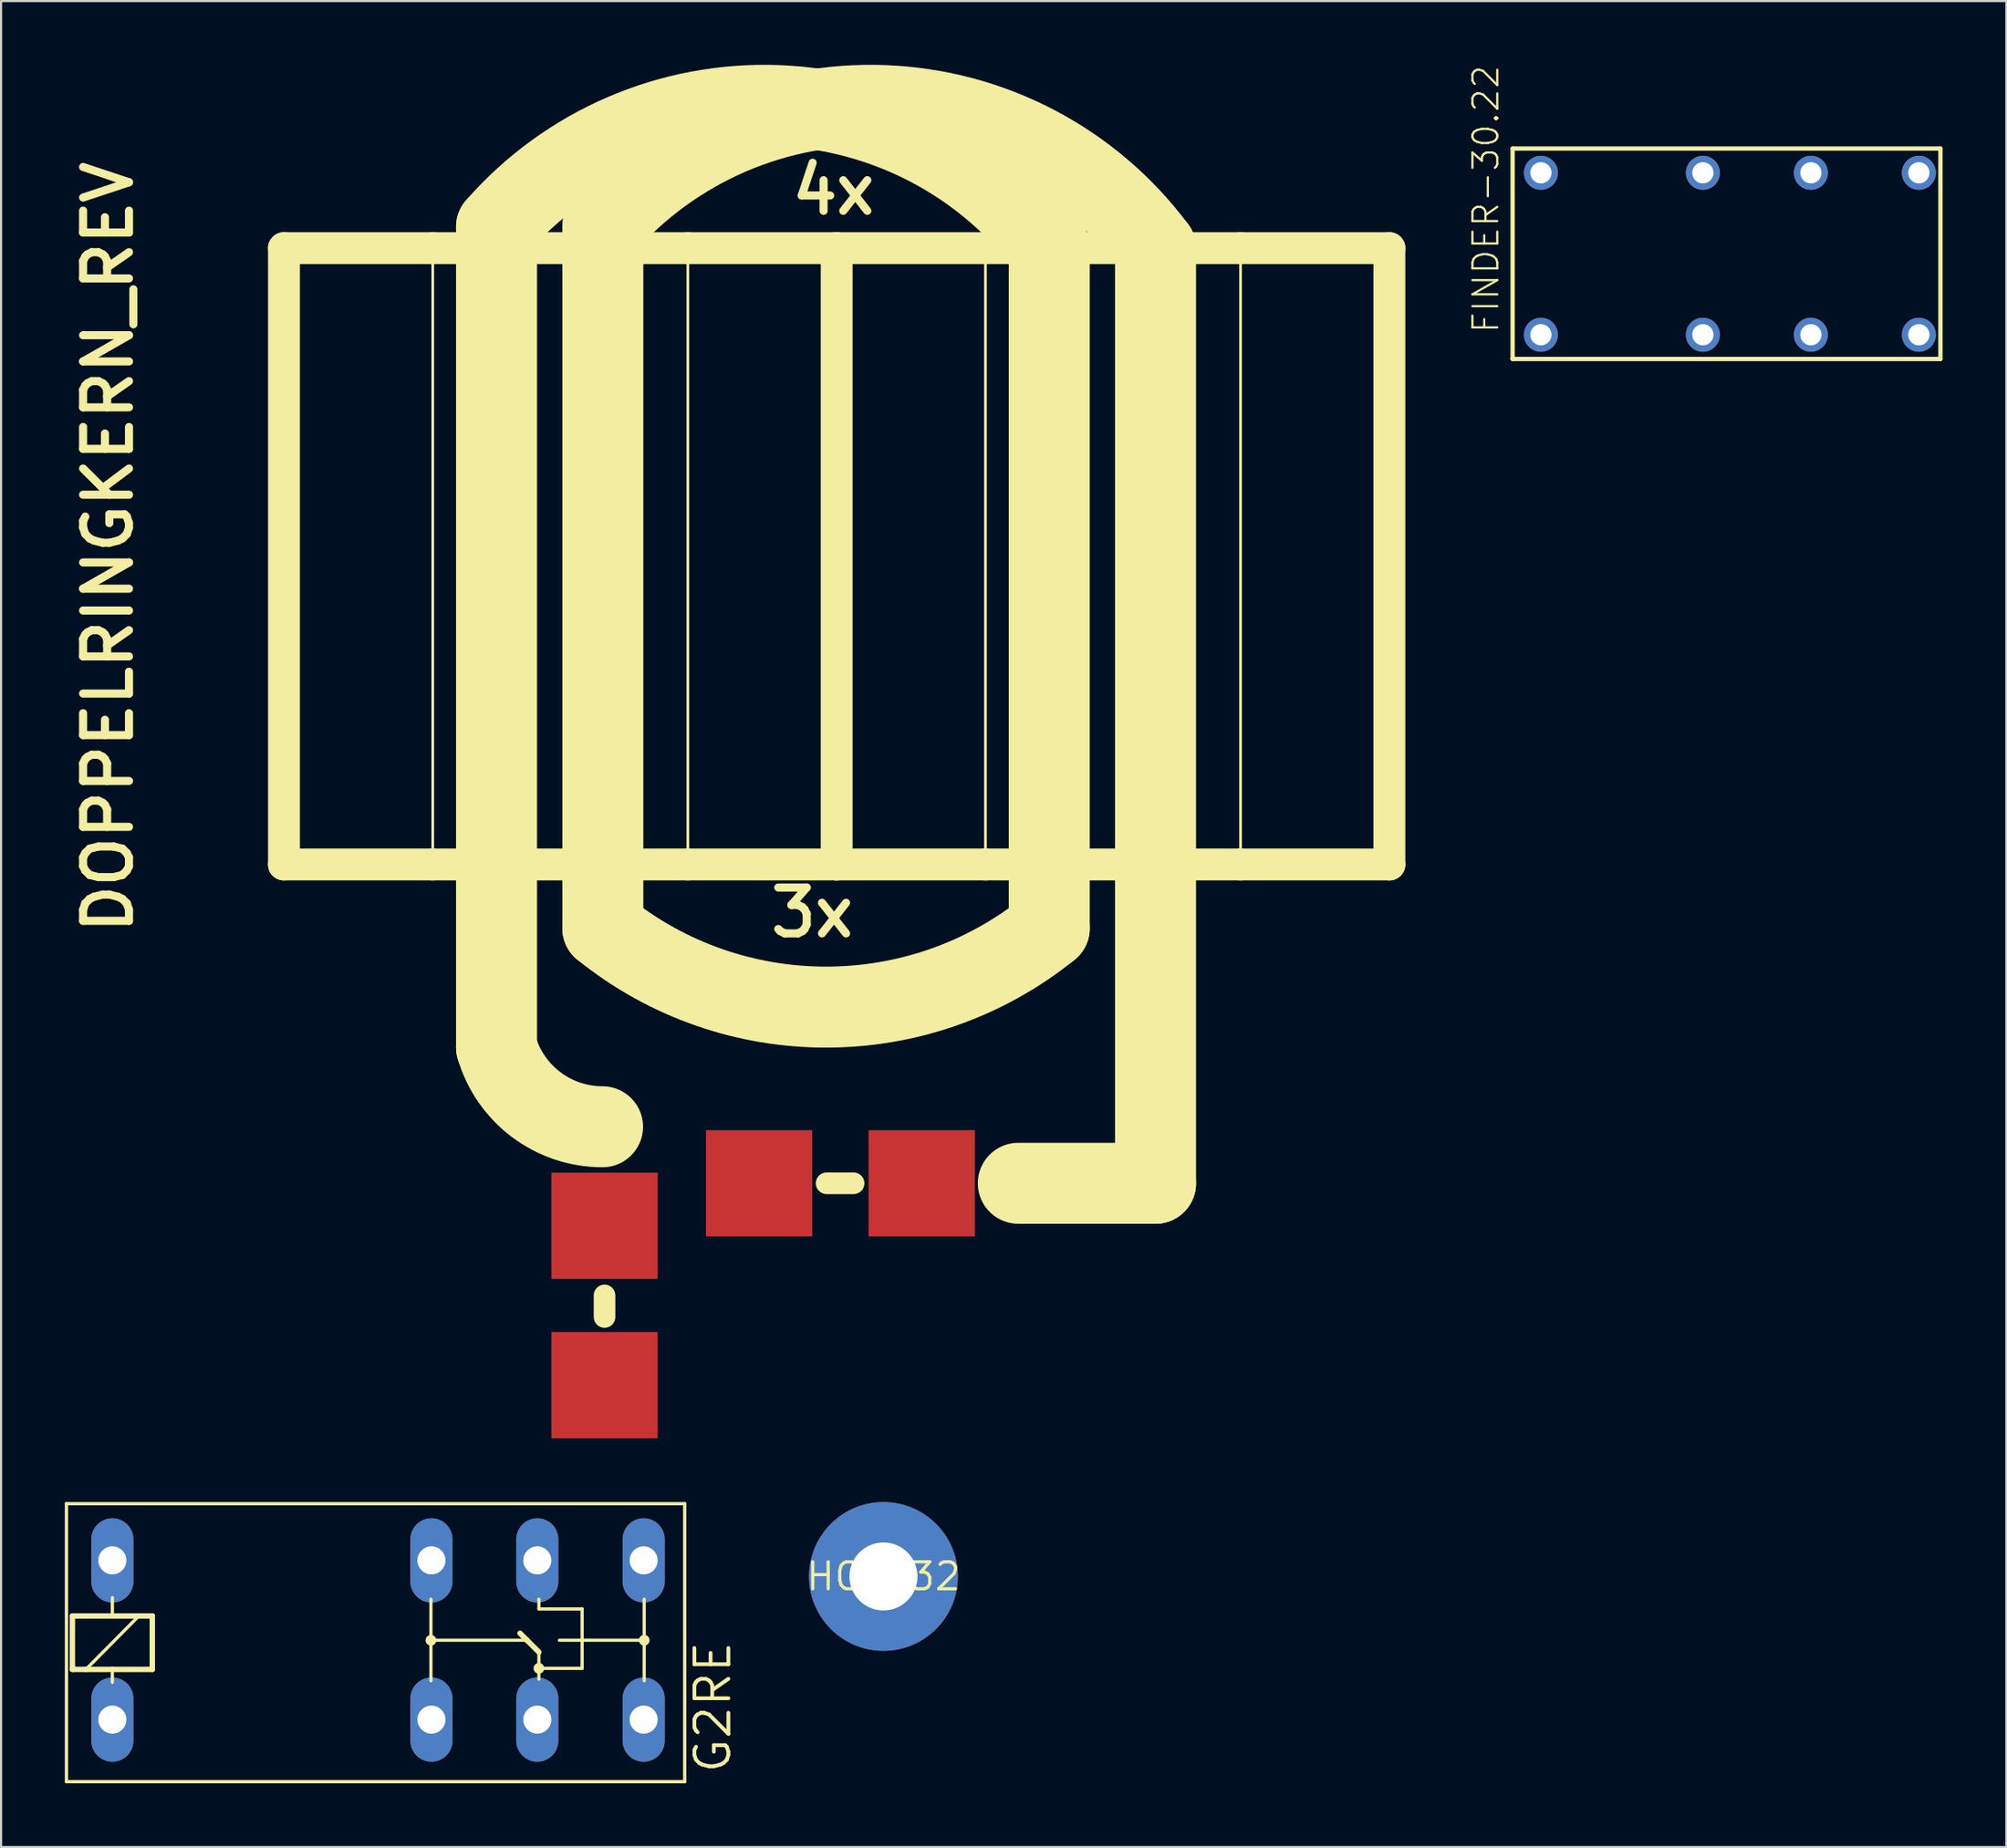
<source format=kicad_pcb>
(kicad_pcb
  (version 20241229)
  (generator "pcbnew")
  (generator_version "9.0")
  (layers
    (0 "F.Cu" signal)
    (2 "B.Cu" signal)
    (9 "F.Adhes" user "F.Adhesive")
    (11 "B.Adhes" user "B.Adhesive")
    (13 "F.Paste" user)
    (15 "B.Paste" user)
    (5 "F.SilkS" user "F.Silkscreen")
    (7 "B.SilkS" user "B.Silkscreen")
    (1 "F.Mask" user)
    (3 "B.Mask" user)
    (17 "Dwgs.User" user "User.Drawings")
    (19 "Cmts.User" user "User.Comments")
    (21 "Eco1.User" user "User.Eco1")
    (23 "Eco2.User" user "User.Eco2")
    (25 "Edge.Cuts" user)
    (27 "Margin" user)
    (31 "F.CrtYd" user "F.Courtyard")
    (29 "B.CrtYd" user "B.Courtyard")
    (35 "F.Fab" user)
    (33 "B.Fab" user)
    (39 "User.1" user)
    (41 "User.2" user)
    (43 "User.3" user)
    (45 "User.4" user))
  (footprint "FINDER-30.22"
    (layer "F.Cu")
    (at 78.326 8.891)
    (property "Reference" "FINDER-30.22" (at -10.795 3.81 90) (layer "F.SilkS") (effects (font (size 1.168 1.168) (thickness 0.102)) (justify left bottom)))
    (fp_line (start -10.22 -4.95) (end 9.905 -4.95) (stroke (width 0.203) (type solid)) (layer "F.SilkS"))
    (fp_line (start -10.22 4.95) (end -10.22 -4.95) (stroke (width 0.203) (type solid)) (layer "F.SilkS"))
    (fp_line (start 9.905 -4.95) (end 9.905 4.95) (stroke (width 0.203) (type solid)) (layer "F.SilkS"))
    (fp_line (start 9.905 4.95) (end -10.22 4.95) (stroke (width 0.203) (type solid)) (layer "F.SilkS"))
    (pad "11" thru_hole circle (at -1.27 3.81) (size 1.6 1.6) (drill 1) (layers "*.Cu" "*.Mask"))
    (pad "12" thru_hole circle (at 3.81 3.81) (size 1.6 1.6) (drill 1) (layers "*.Cu" "*.Mask"))
    (pad "14" thru_hole circle (at 8.89 3.81) (size 1.6 1.6) (drill 1) (layers "*.Cu" "*.Mask"))
    (pad "21" thru_hole circle (at -1.27 -3.81) (size 1.6 1.6) (drill 1) (layers "*.Cu" "*.Mask"))
    (pad "22" thru_hole circle (at 3.81 -3.81) (size 1.6 1.6) (drill 1) (layers "*.Cu" "*.Mask"))
    (pad "24" thru_hole circle (at 8.89 -3.81) (size 1.6 1.6) (drill 1) (layers "*.Cu" "*.Mask"))
    (pad "A1" thru_hole circle (at -8.89 3.81) (size 1.6 1.6) (drill 1) (layers "*.Cu" "*.Mask"))
    (pad "A2" thru_hole circle (at -8.89 -3.81) (size 1.6 1.6) (drill 1) (layers "*.Cu" "*.Mask")))
  (footprint "HOLE32"
    (layer "F.Cu")
    (at 38.509 71.127)
    (property "Reference" "HOLE32" (at 0 0 0) (layer "F.SilkS") (effects (font (size 1.27 1.27) (thickness 0.15))))
    (pad "P$1" thru_hole circle (at 0 0) (size 7 7) (drill 3.2) (layers "*.Cu" "*.Mask")))
  (footprint "DOPPELRINGKERN_REV"
    (layer "F.Cu")
    (at 35.814 19.451)
    (property "Reference" "DOPPELRINGKERN_REV" (at -32.512 21.59 90) (layer "F.SilkS") (effects (font (size 2.159 2.159) (thickness 0.381)) (justify left bottom)))
    (fp_line (start -25.506 -10.824) (end -18.506 -10.824) (stroke (width 1.5) (type solid)) (layer "F.SilkS"))
    (fp_line (start -25.506 18.176) (end -25.506 -10.824) (stroke (width 1.5) (type solid)) (layer "F.SilkS"))
    (fp_line (start -18.506 -10.824) (end -6.506 -10.824) (stroke (width 1.5) (type solid)) (layer "F.SilkS"))
    (fp_line (start -18.506 18.176) (end -25.506 18.176) (stroke (width 1.5) (type solid)) (layer "F.SilkS"))
    (fp_line (start -18.506 18.176) (end -18.506 -10.824) (stroke (width 0.127) (type solid)) (layer "F.SilkS"))
    (fp_line (start -15.506 26.776) (end -15.506 -11.824) (stroke (width 3.81) (type solid)) (layer "F.SilkS"))
    (fp_line (start -10.506 21.176) (end -10.506 -11.824) (stroke (width 3.81) (type solid)) (layer "F.SilkS"))
    (fp_line (start -10.426 39.468) (end -10.426 38.452) (stroke (width 1.016) (type solid)) (layer "F.SilkS"))
    (fp_line (start -6.506 -10.824) (end 0.494 -10.824) (stroke (width 1.5) (type solid)) (layer "F.SilkS"))
    (fp_line (start -6.506 18.176) (end -18.506 18.176) (stroke (width 1.5) (type solid)) (layer "F.SilkS"))
    (fp_line (start -6.506 18.176) (end -6.506 -10.824) (stroke (width 0.127) (type solid)) (layer "F.SilkS"))
    (fp_line (start 0.494 -10.824) (end 7.494 -10.824) (stroke (width 1.5) (type solid)) (layer "F.SilkS"))
    (fp_line (start 0.494 18.176) (end -6.506 18.176) (stroke (width 1.5) (type solid)) (layer "F.SilkS"))
    (fp_line (start 0.494 18.176) (end 0.494 -10.824) (stroke (width 1.5) (type solid)) (layer "F.SilkS"))
    (fp_line (start 1.291 33.176) (end 0.021 33.176) (stroke (width 1.016) (type solid)) (layer "F.SilkS"))
    (fp_line (start 7.494 -10.824) (end 10.494 -10.824) (stroke (width 1.5) (type solid)) (layer "F.SilkS"))
    (fp_line (start 7.494 18.176) (end 0.494 18.176) (stroke (width 1.5) (type solid)) (layer "F.SilkS"))
    (fp_line (start 7.494 18.176) (end 7.494 -10.824) (stroke (width 0.127) (type solid)) (layer "F.SilkS"))
    (fp_line (start 10.494 -10.824) (end 10.494 21.176) (stroke (width 3.81) (type solid)) (layer "F.SilkS"))
    (fp_line (start 10.494 -10.824) (end 15.494 -10.824) (stroke (width 1.5) (type solid)) (layer "F.SilkS"))
    (fp_line (start 15.494 -10.824) (end 15.494 33.176) (stroke (width 3.81) (type solid)) (layer "F.SilkS"))
    (fp_line (start 15.494 -10.824) (end 19.494 -10.824) (stroke (width 1.5) (type solid)) (layer "F.SilkS"))
    (fp_line (start 15.494 33.176) (end 9.038 33.176) (stroke (width 3.81) (type solid)) (layer "F.SilkS"))
    (fp_line (start 19.494 -10.824) (end 26.494 -10.824) (stroke (width 1.5) (type solid)) (layer "F.SilkS"))
    (fp_line (start 19.494 18.176) (end 7.494 18.176) (stroke (width 1.5) (type solid)) (layer "F.SilkS"))
    (fp_line (start 19.494 18.176) (end 19.494 -10.824) (stroke (width 0.127) (type solid)) (layer "F.SilkS"))
    (fp_line (start 26.494 -10.824) (end 26.494 18.176) (stroke (width 1.5) (type solid)) (layer "F.SilkS"))
    (fp_line (start 26.494 18.176) (end 19.494 18.176) (stroke (width 1.5) (type solid)) (layer "F.SilkS"))
    (fp_arc (start -15.506 -11.824) (mid -2.267181 -17.533275) (end 10.493999 -10.824) (stroke (width 3.81) (type solid)) (layer "F.SilkS"))
    (fp_arc (start -10.52 30.51712) (mid -13.636736 29.477848) (end -15.506 26.776) (stroke (width 3.81) (type solid)) (layer "F.SilkS"))
    (fp_arc (start -10.506 -11.824) (mid 2.732819 -17.533275) (end 15.493999 -10.824) (stroke (width 3.81) (type solid)) (layer "F.SilkS"))
    (fp_arc (start 10.494 21.176) (mid -0.006001 24.886775) (end -10.506001 21.175999) (stroke (width 3.81) (type solid)) (layer "F.SilkS"))
    (fp_text user "4x" (at 2.494 -14.824 0) (layer "F.SilkS") (effects (font (size 2.159 2.159) (thickness 0.381)) (justify right top)))
    (fp_text user "3x" (at 1.494 19.176 0) (layer "F.SilkS") (effects (font (size 2.159 2.159) (thickness 0.381)) (justify right top)))
    (pad "P1" smd rect (at -10.426 42.676 180) (size 5 5) (layers "F.Cu" "F.Mask" "F.Paste"))
    (pad "P2" smd rect (at -3.154 33.176 180) (size 5 5) (layers "F.Cu" "F.Mask" "F.Paste"))
    (pad "S1" smd rect (at -10.426 35.176 180) (size 5 5) (layers "F.Cu" "F.Mask" "F.Paste"))
    (pad "S2" smd rect (at 4.494 33.176 180) (size 5 5) (layers "F.Cu" "F.Mask" "F.Paste")))
  (footprint "G2RE"
    (layer "F.Cu")
    (at 4.775 74.18)
    (property "Reference" "G2RE" (at 26.645 6.299 90) (layer "F.SilkS") (effects (font (size 1.6 1.6) (thickness 0.178)) (justify left bottom)))
    (fp_line (start -4.699 6.604) (end -4.699 -6.477) (stroke (width 0.152) (type solid)) (layer "F.SilkS"))
    (fp_line (start -4.699 6.604) (end 24.384 6.604) (stroke (width 0.152) (type solid)) (layer "F.SilkS"))
    (fp_line (start -4.42 -1.194) (end -2.54 -1.194) (stroke (width 0.254) (type solid)) (layer "F.SilkS"))
    (fp_line (start -4.42 1.321) (end -4.42 -1.194) (stroke (width 0.254) (type solid)) (layer "F.SilkS"))
    (fp_line (start -3.785 1.321) (end -4.42 1.321) (stroke (width 0.254) (type solid)) (layer "F.SilkS"))
    (fp_line (start -2.54 -2.057) (end -2.54 -1.194) (stroke (width 0.152) (type solid)) (layer "F.SilkS"))
    (fp_line (start -2.54 -1.194) (end -1.295 -1.194) (stroke (width 0.254) (type solid)) (layer "F.SilkS"))
    (fp_line (start -2.54 1.321) (end -3.785 1.321) (stroke (width 0.254) (type solid)) (layer "F.SilkS"))
    (fp_line (start -2.54 1.321) (end -2.54 1.93) (stroke (width 0.152) (type solid)) (layer "F.SilkS"))
    (fp_line (start -1.295 -1.194) (end -3.785 1.321) (stroke (width 0.152) (type solid)) (layer "F.SilkS"))
    (fp_line (start -1.295 -1.194) (end -0.66 -1.194) (stroke (width 0.254) (type solid)) (layer "F.SilkS"))
    (fp_line (start -0.66 -1.194) (end -0.66 1.321) (stroke (width 0.254) (type solid)) (layer "F.SilkS"))
    (fp_line (start -0.66 1.321) (end -2.54 1.321) (stroke (width 0.254) (type solid)) (layer "F.SilkS"))
    (fp_line (start 12.446 -0.051) (end 12.446 -1.981) (stroke (width 0.152) (type solid)) (layer "F.SilkS"))
    (fp_line (start 12.446 -0.051) (end 12.446 1.854) (stroke (width 0.152) (type solid)) (layer "F.SilkS"))
    (fp_line (start 16.637 -0.381) (end 16.967 -0.051) (stroke (width 0.254) (type solid)) (layer "F.SilkS"))
    (fp_line (start 16.967 -0.051) (end 12.446 -0.051) (stroke (width 0.152) (type solid)) (layer "F.SilkS"))
    (fp_line (start 16.967 -0.051) (end 17.526 0.508) (stroke (width 0.254) (type solid)) (layer "F.SilkS"))
    (fp_line (start 17.526 -1.524) (end 17.526 -1.981) (stroke (width 0.152) (type solid)) (layer "F.SilkS"))
    (fp_line (start 17.526 -1.524) (end 19.558 -1.524) (stroke (width 0.152) (type solid)) (layer "F.SilkS"))
    (fp_line (start 17.526 1.27) (end 17.526 0.508) (stroke (width 0.152) (type solid)) (layer "F.SilkS"))
    (fp_line (start 17.526 1.778) (end 17.526 1.27) (stroke (width 0.152) (type solid)) (layer "F.SilkS"))
    (fp_line (start 18.491 -0.051) (end 22.479 -0.051) (stroke (width 0.152) (type solid)) (layer "F.SilkS"))
    (fp_line (start 19.558 1.27) (end 17.526 1.27) (stroke (width 0.152) (type solid)) (layer "F.SilkS"))
    (fp_line (start 19.558 1.27) (end 19.558 -1.524) (stroke (width 0.152) (type solid)) (layer "F.SilkS"))
    (fp_line (start 22.479 -0.051) (end 22.479 -1.981) (stroke (width 0.152) (type solid)) (layer "F.SilkS"))
    (fp_line (start 22.479 -0.051) (end 22.479 1.854) (stroke (width 0.152) (type solid)) (layer "F.SilkS"))
    (fp_line (start 24.384 -6.477) (end -4.699 -6.477) (stroke (width 0.152) (type solid)) (layer "F.SilkS"))
    (fp_line (start 24.384 -6.477) (end 24.384 6.604) (stroke (width 0.152) (type solid)) (layer "F.SilkS"))
    (fp_circle (center 12.446 -0.051) (end 12.573 -0.051) (stroke (width 0.254) (type solid)) (fill no) (layer "F.SilkS"))
    (fp_circle (center 17.526 1.27) (end 17.653 1.27) (stroke (width 0.254) (type solid)) (fill no) (layer "F.SilkS"))
    (fp_circle (center 22.479 -0.051) (end 22.606 -0.051) (stroke (width 0.254) (type solid)) (fill no) (layer "F.SilkS"))
    (pad "1" thru_hole oval (at -2.54 3.683 90) (size 3.962 1.981) (drill 1.321) (layers "*.Cu" "*.Mask"))
    (pad "2" thru_hole oval (at -2.54 -3.81 90) (size 3.962 1.981) (drill 1.321) (layers "*.Cu" "*.Mask"))
    (pad "O0" thru_hole oval (at 12.471 3.683 90) (size 3.962 1.981) (drill 1.321) (layers "*.Cu" "*.Mask"))
    (pad "O1" thru_hole oval (at 12.471 -3.81 90) (size 3.962 1.981) (drill 1.321) (layers "*.Cu" "*.Mask"))
    (pad "P0" thru_hole oval (at 17.45 3.683 90) (size 3.962 1.981) (drill 1.321) (layers "*.Cu" "*.Mask"))
    (pad "P1" thru_hole oval (at 17.45 -3.81 90) (size 3.962 1.981) (drill 1.321) (layers "*.Cu" "*.Mask"))
    (pad "S0" thru_hole oval (at 22.454 3.683 90) (size 3.962 1.981) (drill 1.321) (layers "*.Cu" "*.Mask"))
    (pad "S1" thru_hole oval (at 22.454 -3.81 90) (size 3.962 1.981) (drill 1.321) (layers "*.Cu" "*.Mask")))
  (gr_rect
    (start -3 -3)
    (end 91.333 83.86)
    (stroke (width 0.1) (type default))
    (fill no)
    (layer "Edge.Cuts")))
</source>
